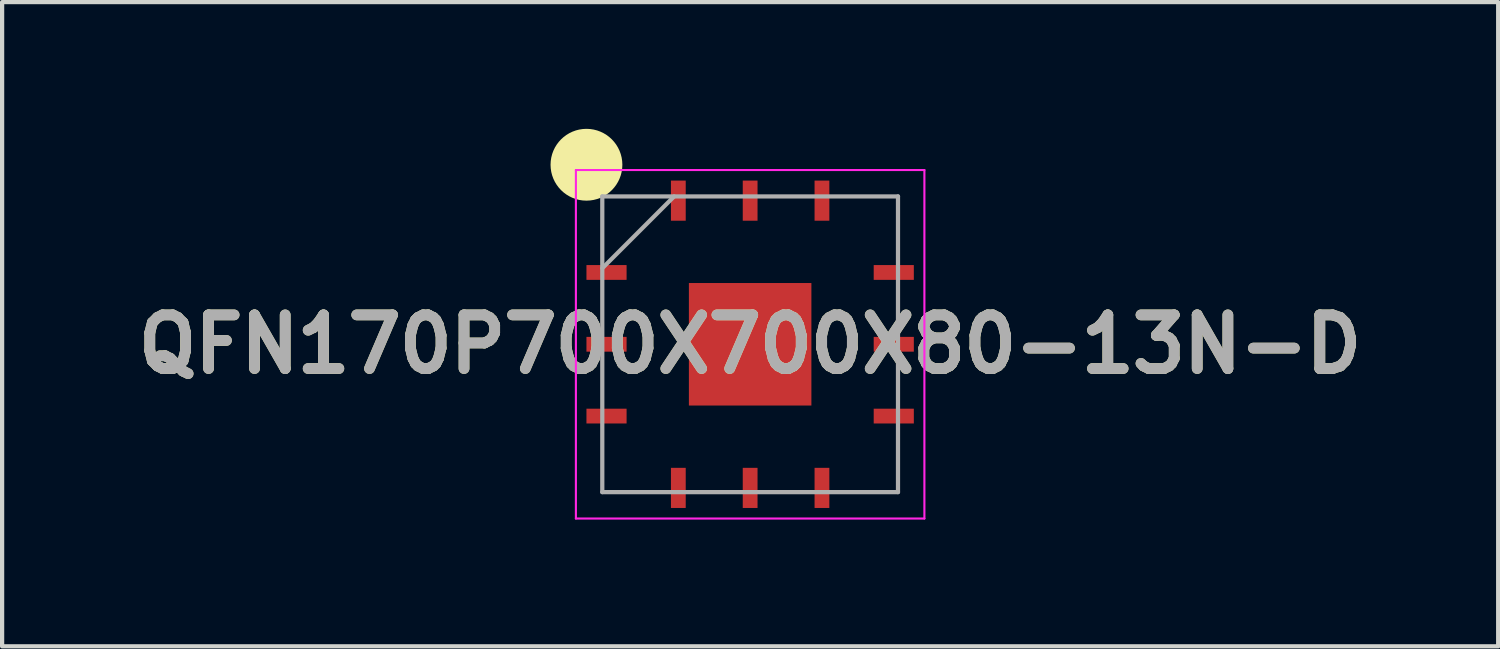
<source format=kicad_pcb>
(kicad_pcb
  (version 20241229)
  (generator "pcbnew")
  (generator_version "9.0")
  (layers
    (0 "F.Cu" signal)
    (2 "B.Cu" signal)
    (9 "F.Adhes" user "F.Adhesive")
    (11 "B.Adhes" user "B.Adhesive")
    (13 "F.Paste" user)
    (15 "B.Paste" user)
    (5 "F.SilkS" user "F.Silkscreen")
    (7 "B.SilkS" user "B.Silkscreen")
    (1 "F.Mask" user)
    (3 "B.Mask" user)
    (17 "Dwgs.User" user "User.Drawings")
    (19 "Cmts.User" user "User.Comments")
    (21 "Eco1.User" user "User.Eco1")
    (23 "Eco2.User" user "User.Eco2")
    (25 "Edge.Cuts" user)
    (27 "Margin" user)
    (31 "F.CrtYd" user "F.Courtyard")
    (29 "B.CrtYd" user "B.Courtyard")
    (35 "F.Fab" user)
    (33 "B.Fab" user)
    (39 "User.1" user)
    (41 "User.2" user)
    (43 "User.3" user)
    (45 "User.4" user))
  (footprint "QFN170P700X700X80-13N-D"
    (layer "F.Cu")
    (at 14.708 5.1)
    (property "Reference" "QFN170P700X700X80-13N-D" (at 0 0 0) (layer "F.SilkS") (effects (font (size 1.27 1.27) (thickness 0.254))))
    (attr smd)
    (fp_circle (center -3.875 -4.25) (end -3.875 -3.825) (stroke (width 0.85) (type solid)) (fill no) (layer "F.SilkS"))
    (fp_line (start -4.125 -4.125) (end 4.125 -4.125) (stroke (width 0.05) (type solid)) (layer "F.CrtYd"))
    (fp_line (start -4.125 4.125) (end -4.125 -4.125) (stroke (width 0.05) (type solid)) (layer "F.CrtYd"))
    (fp_line (start 4.125 -4.125) (end 4.125 4.125) (stroke (width 0.05) (type solid)) (layer "F.CrtYd"))
    (fp_line (start 4.125 4.125) (end -4.125 4.125) (stroke (width 0.05) (type solid)) (layer "F.CrtYd"))
    (fp_line (start -3.5 -3.5) (end 3.5 -3.5) (stroke (width 0.1) (type solid)) (layer "F.Fab"))
    (fp_line (start -3.5 -1.8) (end -1.8 -3.5) (stroke (width 0.1) (type solid)) (layer "F.Fab"))
    (fp_line (start -3.5 3.5) (end -3.5 -3.5) (stroke (width 0.1) (type solid)) (layer "F.Fab"))
    (fp_line (start 3.5 -3.5) (end 3.5 3.5) (stroke (width 0.1) (type solid)) (layer "F.Fab"))
    (fp_line (start 3.5 3.5) (end -3.5 3.5) (stroke (width 0.1) (type solid)) (layer "F.Fab"))
    (fp_text user "${REFERENCE}" (at 0 0 0) (layer "F.Fab") (effects (font (size 1.27 1.27) (thickness 0.254))))
    (pad "1" smd rect (at -3.4 -1.7 90) (size 0.35 0.95) (layers "F.Cu" "F.Mask" "F.Paste"))
    (pad "2" smd rect (at -3.4 0 90) (size 0.35 0.95) (layers "F.Cu" "F.Mask" "F.Paste"))
    (pad "3" smd rect (at -3.4 1.7 90) (size 0.35 0.95) (layers "F.Cu" "F.Mask" "F.Paste"))
    (pad "4" smd rect (at -1.7 3.4) (size 0.35 0.95) (layers "F.Cu" "F.Mask" "F.Paste"))
    (pad "5" smd rect (at 0 3.4) (size 0.35 0.95) (layers "F.Cu" "F.Mask" "F.Paste"))
    (pad "6" smd rect (at 1.7 3.4) (size 0.35 0.95) (layers "F.Cu" "F.Mask" "F.Paste"))
    (pad "7" smd rect (at 3.4 1.7 90) (size 0.35 0.95) (layers "F.Cu" "F.Mask" "F.Paste"))
    (pad "8" smd rect (at 3.4 0 90) (size 0.35 0.95) (layers "F.Cu" "F.Mask" "F.Paste"))
    (pad "9" smd rect (at 3.4 -1.7 90) (size 0.35 0.95) (layers "F.Cu" "F.Mask" "F.Paste"))
    (pad "10" smd rect (at 1.7 -3.4) (size 0.35 0.95) (layers "F.Cu" "F.Mask" "F.Paste"))
    (pad "11" smd rect (at 0 -3.4) (size 0.35 0.95) (layers "F.Cu" "F.Mask" "F.Paste"))
    (pad "12" smd rect (at -1.7 -3.4) (size 0.35 0.95) (layers "F.Cu" "F.Mask" "F.Paste"))
    (pad "13" smd rect (at 0 0) (size 2.9 2.9) (layers "F.Cu" "F.Mask" "F.Paste")))
  (gr_rect
    (start -3 -3)
    (end 32.416 12.25)
    (stroke (width 0.1) (type default))
    (fill no)
    (layer "Edge.Cuts")))
</source>
